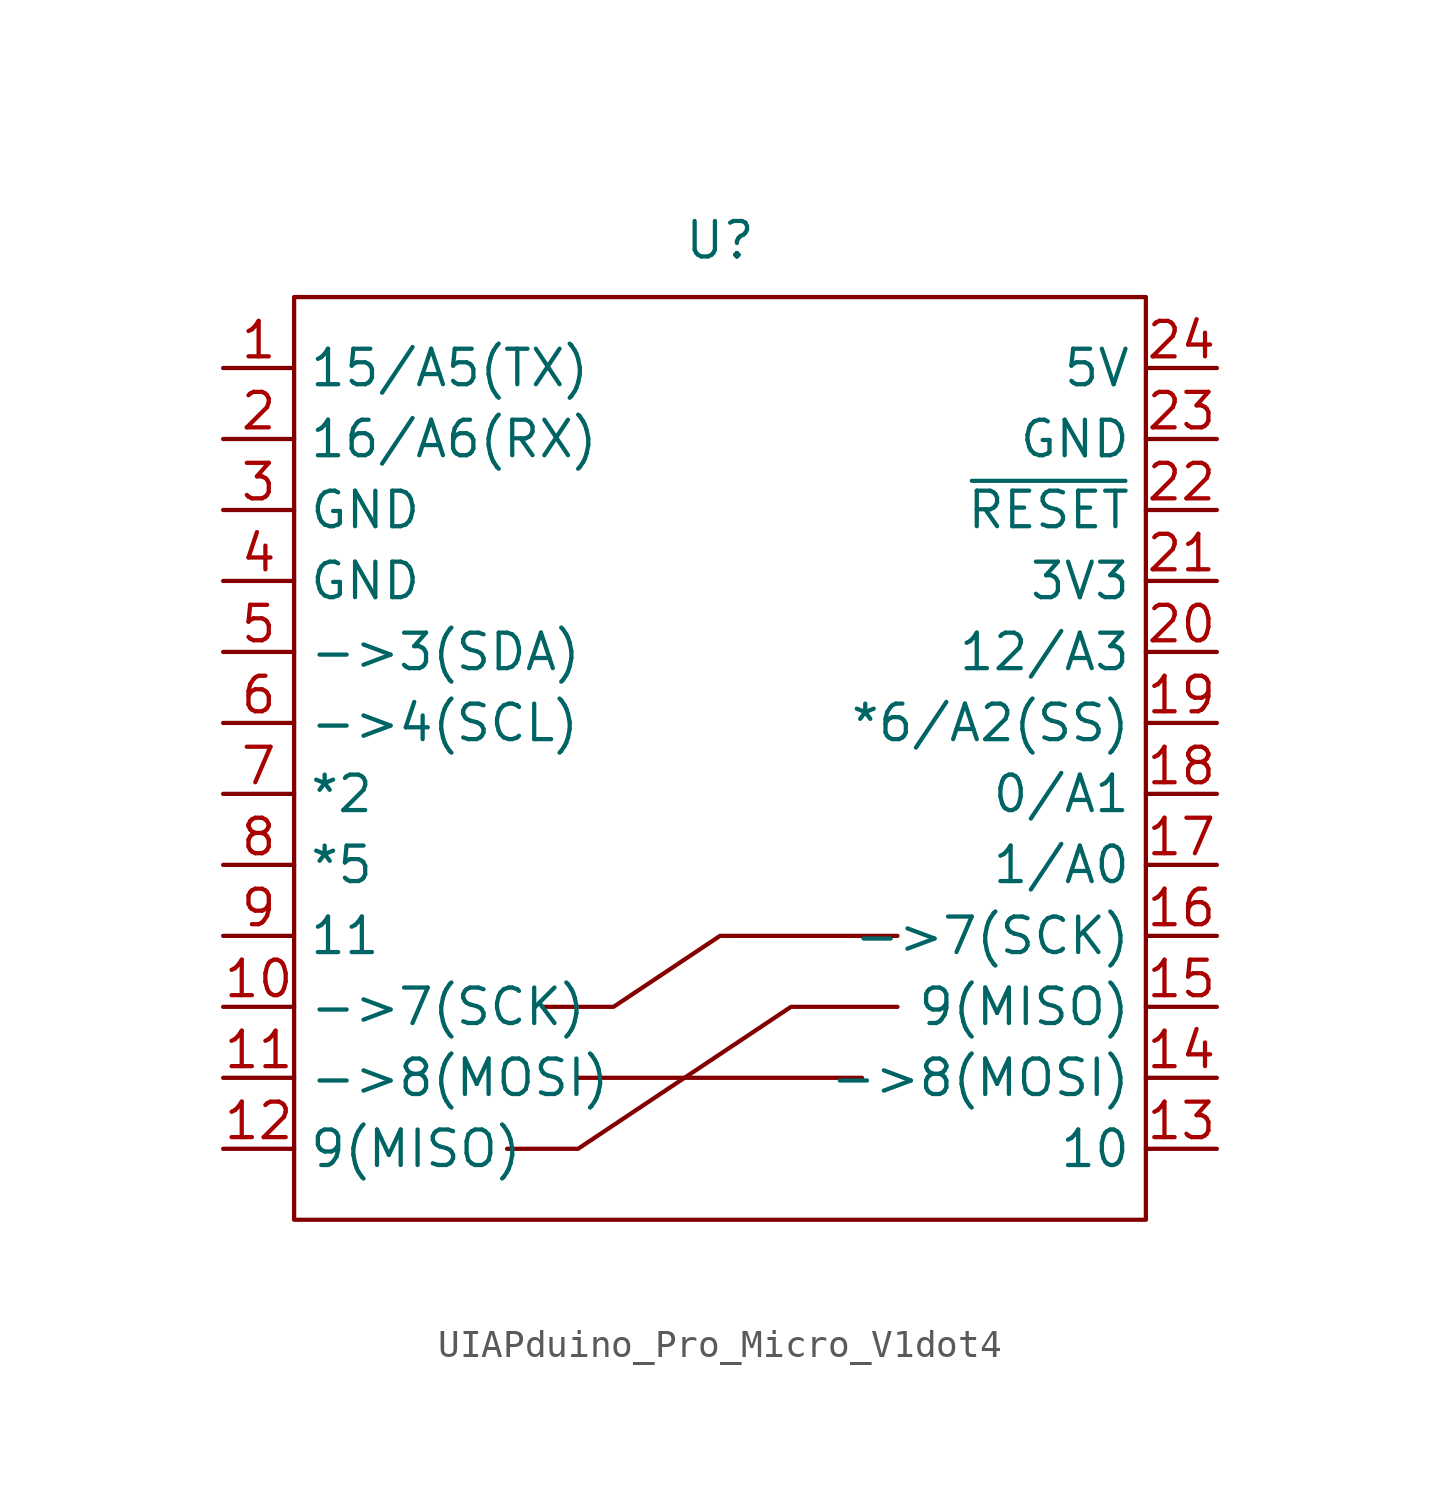
<source format=kicad_sym>
(kicad_symbol_lib
  (version 20231120)
  (generator "kicad_symbol_editor")
  (generator_version "8.0")
  (symbol "UIAPduino_Pro_Micro_V1dot4"
    (property "Reference" "U"
      (at 0 2.032 0)
      (effects (font (size 1.27 1.27))))
    (property "Value" ""
      (at 0 0 0)
      (effects (font (size 1.27 1.27))))
    (symbol "UIAPduino_Pro_Micro_V1dot4_0_1"
      (rectangle (start -15.24 0) (end 15.24 -33.02) (stroke (width 0) (type default)) (fill (type none)))
      (polyline (pts (xy -5.08 -27.94) (xy 5.08 -27.94)) (stroke (width 0) (type default)) (fill (type none)))
      (polyline (pts (xy -6.35 -25.4) (xy -3.81 -25.4) (xy 0 -22.86) (xy 6.35 -22.86)) (stroke (width 0) (type default)) (fill (type none)))
      (polyline (pts (xy 6.35 -25.4) (xy 2.54 -25.4) (xy -5.08 -30.48) (xy -7.62 -30.48)) (stroke (width 0) (type default)) (fill (type none))))
    (symbol "UIAPduino_Pro_Micro_V1dot4_1_1"
      (pin bidirectional line (at -17.78 -2.54 0) (length 2.54) (name "15/A5(TX)" (effects (font (size 1.27 1.27)))) (number "1" (effects (font (size 1.27 1.27)))))
      (pin bidirectional line (at -17.78 -25.4 0) (length 2.54) (name "->7(SCK)" (effects (font (size 1.27 1.27)))) (number "10" (effects (font (size 1.27 1.27)))))
      (pin bidirectional line (at -17.78 -27.94 0) (length 2.54) (name "->8(MOSI)" (effects (font (size 1.27 1.27)))) (number "11" (effects (font (size 1.27 1.27)))))
      (pin bidirectional line (at -17.78 -30.48 0) (length 2.54) (name "9(MISO)" (effects (font (size 1.27 1.27)))) (number "12" (effects (font (size 1.27 1.27)))))
      (pin bidirectional line (at 17.78 -30.48 180) (length 2.54) (name "10" (effects (font (size 1.27 1.27)))) (number "13" (effects (font (size 1.27 1.27)))))
      (pin bidirectional line (at 17.78 -27.94 180) (length 2.54) (name "->8(MOSI)" (effects (font (size 1.27 1.27)))) (number "14" (effects (font (size 1.27 1.27)))))
      (pin bidirectional line (at 17.78 -25.4 180) (length 2.54) (name "9(MISO)" (effects (font (size 1.27 1.27)))) (number "15" (effects (font (size 1.27 1.27)))))
      (pin bidirectional line (at 17.78 -22.86 180) (length 2.54) (name "->7(SCK)" (effects (font (size 1.27 1.27)))) (number "16" (effects (font (size 1.27 1.27)))))
      (pin bidirectional line (at 17.78 -20.32 180) (length 2.54) (name "1/A0" (effects (font (size 1.27 1.27)))) (number "17" (effects (font (size 1.27 1.27)))))
      (pin bidirectional line (at 17.78 -17.78 180) (length 2.54) (name "0/A1" (effects (font (size 1.27 1.27)))) (number "18" (effects (font (size 1.27 1.27)))))
      (pin bidirectional line (at 17.78 -15.24 180) (length 2.54) (name "*6/A2(SS)" (effects (font (size 1.27 1.27)))) (number "19" (effects (font (size 1.27 1.27)))))
      (pin bidirectional line (at -17.78 -5.08 0) (length 2.54) (name "16/A6(RX)" (effects (font (size 1.27 1.27)))) (number "2" (effects (font (size 1.27 1.27)))))
      (pin bidirectional line (at 17.78 -12.7 180) (length 2.54) (name "12/A3" (effects (font (size 1.27 1.27)))) (number "20" (effects (font (size 1.27 1.27)))))
      (pin power_in line (at 17.78 -10.16 180) (length 2.54) (name "3V3" (effects (font (size 1.27 1.27)))) (number "21" (effects (font (size 1.27 1.27)))))
      (pin power_in line (at 17.78 -7.62 180) (length 2.54) (name "~{RESET}" (effects (font (size 1.27 1.27)))) (number "22" (effects (font (size 1.27 1.27)))))
      (pin power_in line (at 17.78 -5.08 180) (length 2.54) (name "GND" (effects (font (size 1.27 1.27)))) (number "23" (effects (font (size 1.27 1.27)))))
      (pin power_in line (at 17.78 -2.54 180) (length 2.54) (name "5V" (effects (font (size 1.27 1.27)))) (number "24" (effects (font (size 1.27 1.27)))))
      (pin power_in line (at -17.78 -7.62 0) (length 2.54) (name "GND" (effects (font (size 1.27 1.27)))) (number "3" (effects (font (size 1.27 1.27)))))
      (pin power_in line (at -17.78 -10.16 0) (length 2.54) (name "GND" (effects (font (size 1.27 1.27)))) (number "4" (effects (font (size 1.27 1.27)))))
      (pin bidirectional line (at -17.78 -12.7 0) (length 2.54) (name "->3(SDA)" (effects (font (size 1.27 1.27)))) (number "5" (effects (font (size 1.27 1.27)))))
      (pin bidirectional line (at -17.78 -15.24 0) (length 2.54) (name "->4(SCL)" (effects (font (size 1.27 1.27)))) (number "6" (effects (font (size 1.27 1.27)))))
      (pin bidirectional line (at -17.78 -17.78 0) (length 2.54) (name "*2" (effects (font (size 1.27 1.27)))) (number "7" (effects (font (size 1.27 1.27)))))
      (pin bidirectional line (at -17.78 -20.32 0) (length 2.54) (name "*5" (effects (font (size 1.27 1.27)))) (number "8" (effects (font (size 1.27 1.27)))))
      (pin power_in line (at -17.78 -22.86 0) (length 2.54) (name "11" (effects (font (size 1.27 1.27)))) (number "9" (effects (font (size 1.27 1.27))))))))
</source>
